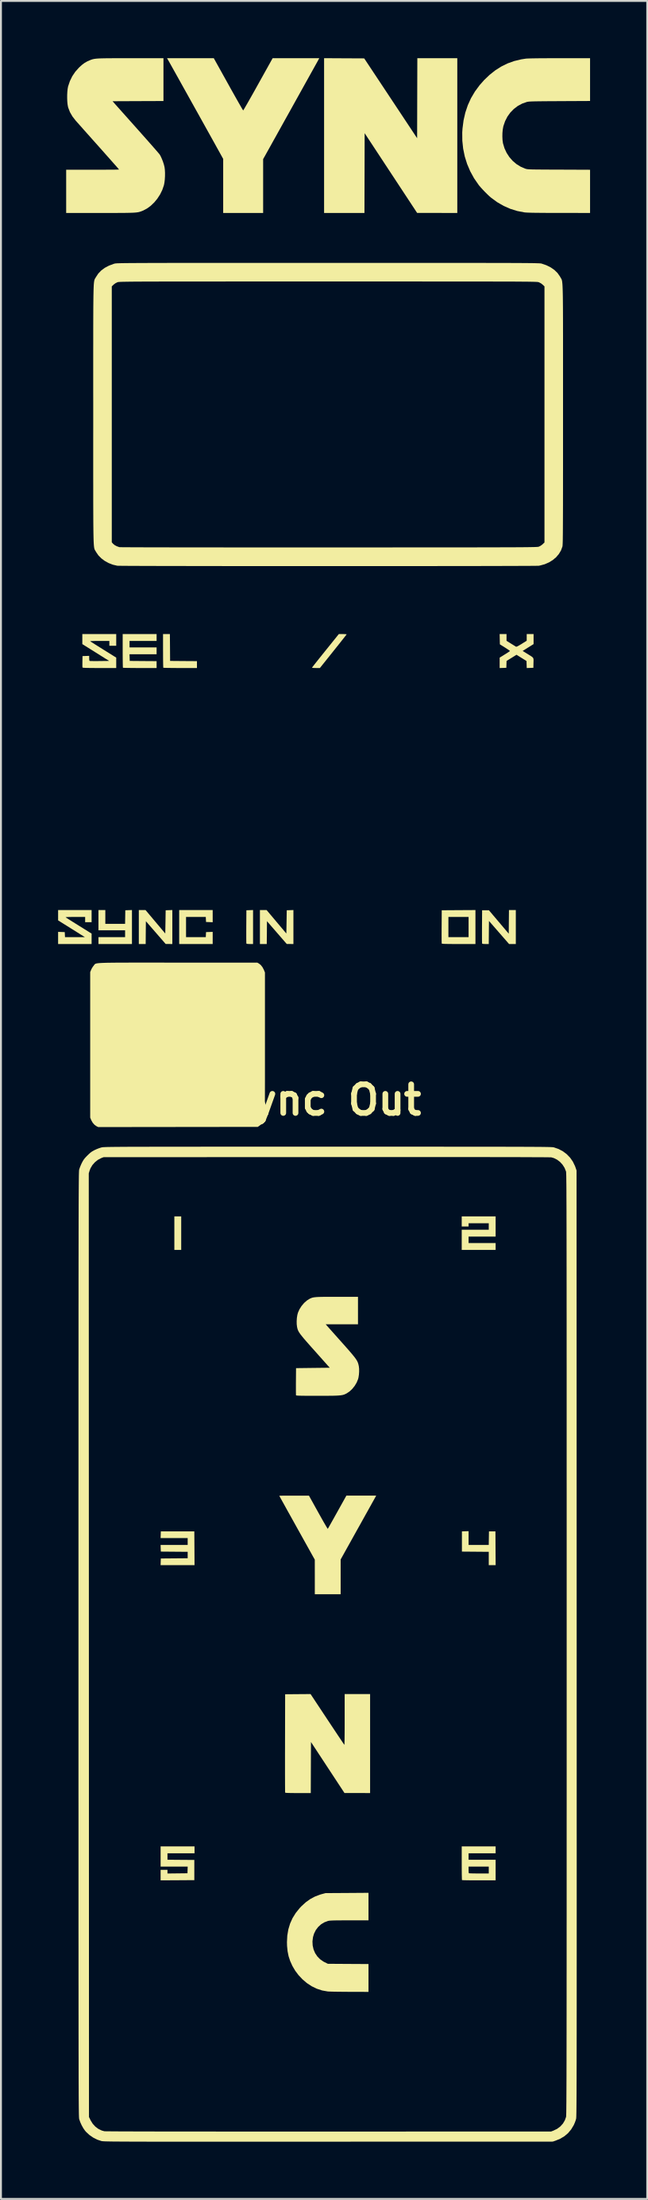
<source format=kicad_pcb>
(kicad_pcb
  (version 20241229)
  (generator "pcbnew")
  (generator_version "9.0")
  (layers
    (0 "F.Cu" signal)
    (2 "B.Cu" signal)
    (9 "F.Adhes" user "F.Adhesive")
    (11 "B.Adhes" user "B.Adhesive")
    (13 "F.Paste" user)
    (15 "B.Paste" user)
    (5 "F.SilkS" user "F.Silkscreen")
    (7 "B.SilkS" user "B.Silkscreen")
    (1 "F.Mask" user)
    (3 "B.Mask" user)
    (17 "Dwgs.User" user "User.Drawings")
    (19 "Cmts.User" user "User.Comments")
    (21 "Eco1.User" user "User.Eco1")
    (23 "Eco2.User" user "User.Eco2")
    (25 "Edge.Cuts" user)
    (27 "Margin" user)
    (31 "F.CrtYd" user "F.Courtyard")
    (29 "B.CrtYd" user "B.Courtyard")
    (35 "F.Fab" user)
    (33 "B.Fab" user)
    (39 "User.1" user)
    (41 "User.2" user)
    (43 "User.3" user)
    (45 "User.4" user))
  (footprint "Sync Out"
    (layer "F.Cu")
    (at 13.96 54.614)
    (property "Reference" "Sync Out" (at 0 0 0) (layer "F.SilkS") (effects (font (size 1.5 1.5) (thickness 0.3))))
    (attr board_only exclude_from_pos_files exclude_from_bom)
    (fp_poly (pts (xy -7.499 6.98) (xy -7.499 7.859) (xy -7.679 7.859) (xy -7.859 7.859) (xy -7.859 6.98) (xy -7.859 6.101) (xy -7.679 6.101) (xy -7.499 6.101)) (stroke (width 0) (type solid)) (fill yes) (layer "F.SilkS"))
    (fp_poly (pts (xy -3.728 -9.068) (xy -3.728 -8.177) (xy -3.899 -8.177) (xy -3.998 -8.18) (xy -4.057 -8.189) (xy -4.079 -8.204) (xy -4.081 -8.23) (xy -4.083 -8.294) (xy -4.084 -8.391) (xy -4.085 -8.517) (xy -4.085 -8.666) (xy -4.085 -8.835) (xy -4.084 -9.018) (xy -4.084 -9.088) (xy -4.078 -9.946) (xy -3.903 -9.952) (xy -3.728 -9.958)) (stroke (width 0) (type solid)) (fill yes) (layer "F.SilkS"))
    (fp_poly (pts (xy -7.965 -9.068) (xy -7.965 -8.177) (xy -8.14 -8.178) (xy -8.315 -8.179) (xy -8.834 -8.776) (xy -9.353 -9.373) (xy -9.359 -8.775) (xy -9.364 -8.177) (xy -9.544 -8.177) (xy -9.724 -8.177) (xy -9.724 -9.067) (xy -9.724 -9.957) (xy -9.547 -9.957) (xy -9.371 -9.957) (xy -8.854 -9.343) (xy -8.336 -8.729) (xy -8.325 -9.337) (xy -8.315 -9.946) (xy -8.14 -9.952) (xy -7.965 -9.958)) (stroke (width 0) (type solid)) (fill yes) (layer "F.SilkS"))
    (fp_poly (pts (xy -1.61 -9.068) (xy -1.61 -8.177) (xy -1.785 -8.178) (xy -1.96 -8.179) (xy -2.479 -8.776) (xy -2.998 -9.374) (xy -3.003 -8.775) (xy -3.009 -8.177) (xy -3.189 -8.177) (xy -3.368 -8.177) (xy -3.368 -9.067) (xy -3.368 -9.957) (xy -3.192 -9.957) (xy -3.017 -9.957) (xy -2.499 -9.342) (xy -1.981 -8.728) (xy -1.97 -9.337) (xy -1.96 -9.946) (xy -1.785 -9.952) (xy -1.61 -9.958)) (stroke (width 0) (type solid)) (fill yes) (layer "F.SilkS"))
    (fp_poly (pts (xy 1.053 -54.608) (xy 2.106 -54.603) (xy 3.495 -52.511) (xy 4.883 -50.419) (xy 4.888 -52.516) (xy 4.894 -54.613) (xy 5.942 -54.613) (xy 6.991 -54.613) (xy 6.991 -50.556) (xy 6.991 -46.5) (xy 5.937 -46.501) (xy 4.883 -46.502) (xy 3.506 -48.592) (xy 2.129 -50.682) (xy 2.124 -48.591) (xy 2.118 -46.5) (xy 1.059 -46.5) (xy 0 -46.5) (xy 0 -50.557) (xy 0 -54.614)) (stroke (width 0) (type solid)) (fill yes) (layer "F.SilkS"))
    (fp_poly (pts (xy 7.584 22.963) (xy 7.584 23.324) (xy 8.113 23.324) (xy 8.642 23.324) (xy 8.648 22.969) (xy 8.654 22.614) (xy 8.823 22.614) (xy 8.993 22.614) (xy 8.998 23.499) (xy 9.004 24.383) (xy 8.824 24.383) (xy 8.643 24.383) (xy 8.643 24.034) (xy 8.643 23.685) (xy 7.939 23.679) (xy 7.234 23.673) (xy 7.234 23.144) (xy 7.234 22.614) (xy 7.409 22.608) (xy 7.584 22.602)) (stroke (width 0) (type solid)) (fill yes) (layer "F.SilkS"))
    (fp_poly (pts (xy -10.084 -9.068) (xy -10.084 -8.177) (xy -10.963 -8.177) (xy -11.842 -8.177) (xy -11.842 -8.357) (xy -11.842 -8.537) (xy -11.143 -8.537) (xy -10.444 -8.537) (xy -10.444 -8.717) (xy -10.444 -8.897) (xy -11.143 -8.897) (xy -11.842 -8.897) (xy -11.842 -9.427) (xy -11.842 -9.957) (xy -11.662 -9.957) (xy -11.482 -9.957) (xy -11.482 -9.596) (xy -11.482 -9.236) (xy -10.963 -9.236) (xy -10.445 -9.236) (xy -10.439 -9.591) (xy -10.433 -9.946) (xy -10.259 -9.952) (xy -10.084 -9.958)) (stroke (width 0) (type solid)) (fill yes) (layer "F.SilkS"))
    (fp_poly (pts (xy -6.805 23.499) (xy -6.8 24.383) (xy -7.691 24.383) (xy -8.581 24.383) (xy -8.575 24.208) (xy -8.569 24.034) (xy -7.865 24.028) (xy -7.16 24.022) (xy -7.16 23.854) (xy -7.16 23.685) (xy -7.865 23.679) (xy -8.569 23.673) (xy -8.575 23.499) (xy -8.581 23.324) (xy -7.871 23.324) (xy -7.16 23.324) (xy -7.16 23.144) (xy -7.16 22.964) (xy -7.871 22.964) (xy -8.581 22.964) (xy -8.575 22.789) (xy -8.569 22.614) (xy -7.69 22.614) (xy -6.811 22.614)) (stroke (width 0) (type solid)) (fill yes) (layer "F.SilkS"))
    (fp_poly (pts (xy -5.847 -9.638) (xy -5.847 -9.319) (xy -6.022 -9.326) (xy -6.196 -9.332) (xy -6.203 -9.464) (xy -6.209 -9.596) (xy -6.727 -9.596) (xy -7.245 -9.596) (xy -7.245 -9.067) (xy -7.245 -8.537) (xy -6.727 -8.537) (xy -6.209 -8.537) (xy -6.203 -8.67) (xy -6.196 -8.802) (xy -6.022 -8.808) (xy -5.847 -8.814) (xy -5.847 -8.496) (xy -5.847 -8.177) (xy -6.726 -8.177) (xy -7.605 -8.177) (xy -7.605 -9.067) (xy -7.605 -9.957) (xy -6.726 -9.957) (xy -5.847 -9.957)) (stroke (width 0) (type solid)) (fill yes) (layer "F.SilkS"))
    (fp_poly (pts (xy -8.087 -23.721) (xy -8.082 -23.017) (xy -7.377 -23.011) (xy -6.673 -23.006) (xy -6.673 -22.826) (xy -6.673 -22.646) (xy -7.549 -22.646) (xy -7.737 -22.646) (xy -7.913 -22.647) (xy -8.07 -22.649) (xy -8.206 -22.651) (xy -8.314 -22.653) (xy -8.391 -22.656) (xy -8.433 -22.659) (xy -8.438 -22.66) (xy -8.441 -22.684) (xy -8.444 -22.745) (xy -8.447 -22.84) (xy -8.449 -22.964) (xy -8.451 -23.112) (xy -8.452 -23.279) (xy -8.452 -23.462) (xy -8.453 -23.55) (xy -8.453 -24.426) (xy -8.273 -24.426) (xy -8.093 -24.426)) (stroke (width 0) (type solid)) (fill yes) (layer "F.SilkS"))
    (fp_poly (pts (xy -6.8 39.308) (xy -6.8 39.488) (xy -7.51 39.488) (xy -8.22 39.488) (xy -8.22 39.657) (xy -8.22 39.826) (xy -7.515 39.832) (xy -6.811 39.837) (xy -6.811 40.367) (xy -6.811 40.896) (xy -7.695 40.902) (xy -8.58 40.907) (xy -8.58 40.632) (xy -8.58 40.356) (xy -8.4 40.356) (xy -8.22 40.356) (xy -8.22 40.452) (xy -8.22 40.548) (xy -7.695 40.542) (xy -7.171 40.536) (xy -7.165 40.361) (xy -7.159 40.187) (xy -7.869 40.187) (xy -8.58 40.187) (xy -8.58 39.657) (xy -8.58 39.127) (xy -7.69 39.127) (xy -6.8 39.127)) (stroke (width 0) (type solid)) (fill yes) (layer "F.SilkS"))
    (fp_poly (pts (xy 9.003 6.631) (xy 9.003 7.16) (xy 8.294 7.16) (xy 7.584 7.16) (xy 7.584 7.33) (xy 7.584 7.499) (xy 8.294 7.499) (xy 9.003 7.499) (xy 9.003 7.679) (xy 9.003 7.859) (xy 8.114 7.859) (xy 7.224 7.859) (xy 7.224 7.33) (xy 7.224 6.8) (xy 7.934 6.8) (xy 8.643 6.8) (xy 8.643 6.631) (xy 8.643 6.461) (xy 8.114 6.461) (xy 7.584 6.461) (xy 7.584 6.546) (xy 7.584 6.631) (xy 7.404 6.631) (xy 7.224 6.631) (xy 7.224 6.366) (xy 7.224 6.101) (xy 8.114 6.101) (xy 9.003 6.101)) (stroke (width 0) (type solid)) (fill yes) (layer "F.SilkS"))
    (fp_poly (pts (xy 10.063 -9.067) (xy 10.063 -8.177) (xy 9.886 -8.177) (xy 9.709 -8.177) (xy 9.182 -8.781) (xy 8.654 -9.386) (xy 8.648 -8.781) (xy 8.643 -8.177) (xy 8.473 -8.177) (xy 8.374 -8.18) (xy 8.315 -8.189) (xy 8.293 -8.204) (xy 8.291 -8.23) (xy 8.289 -8.294) (xy 8.288 -8.391) (xy 8.287 -8.517) (xy 8.287 -8.666) (xy 8.287 -8.835) (xy 8.288 -9.018) (xy 8.288 -9.088) (xy 8.294 -9.946) (xy 8.473 -9.946) (xy 8.652 -9.946) (xy 9.172 -9.332) (xy 9.692 -8.719) (xy 9.697 -9.338) (xy 9.703 -9.957) (xy 9.883 -9.957) (xy 10.063 -9.957)) (stroke (width 0) (type solid)) (fill yes) (layer "F.SilkS"))
    (fp_poly (pts (xy 1.069 -24.424) (xy 1.136 -24.419) (xy 1.176 -24.413) (xy 1.183 -24.408) (xy 1.169 -24.388) (xy 1.13 -24.339) (xy 1.07 -24.262) (xy 0.992 -24.163) (xy 0.896 -24.042) (xy 0.787 -23.904) (xy 0.665 -23.752) (xy 0.535 -23.589) (xy 0.478 -23.518) (xy -0.22 -22.646) (xy -0.43 -22.646) (xy -0.537 -22.648) (xy -0.604 -22.654) (xy -0.631 -22.665) (xy -0.631 -22.669) (xy -0.617 -22.69) (xy -0.578 -22.74) (xy -0.518 -22.817) (xy -0.439 -22.917) (xy -0.343 -23.038) (xy -0.233 -23.176) (xy -0.111 -23.328) (xy 0.02 -23.491) (xy 0.075 -23.559) (xy 0.773 -24.425) (xy 0.982 -24.425)) (stroke (width 0) (type solid)) (fill yes) (layer "F.SilkS"))
    (fp_poly (pts (xy 7.944 -9.067) (xy 7.944 -8.177) (xy 7.064 -8.177) (xy 6.838 -8.177) (xy 6.65 -8.178) (xy 6.499 -8.18) (xy 6.381 -8.182) (xy 6.293 -8.185) (xy 6.231 -8.19) (xy 6.193 -8.195) (xy 6.176 -8.201) (xy 6.174 -8.204) (xy 6.172 -8.23) (xy 6.171 -8.294) (xy 6.169 -8.391) (xy 6.169 -8.517) (xy 6.168 -8.666) (xy 6.169 -8.835) (xy 6.169 -9.018) (xy 6.17 -9.067) (xy 6.525 -9.067) (xy 6.525 -8.537) (xy 7.054 -8.537) (xy 7.584 -8.537) (xy 7.584 -9.067) (xy 7.584 -9.596) (xy 7.054 -9.596) (xy 6.525 -9.596) (xy 6.525 -9.067) (xy 6.17 -9.067) (xy 6.17 -9.088) (xy 6.175 -9.946) (xy 7.06 -9.952) (xy 7.944 -9.957)) (stroke (width 0) (type solid)) (fill yes) (layer "F.SilkS"))
    (fp_poly (pts (xy -8.791 -24.245) (xy -8.791 -24.065) (xy -9.501 -24.065) (xy -10.211 -24.065) (xy -10.211 -23.896) (xy -10.211 -23.726) (xy -9.501 -23.726) (xy -8.791 -23.726) (xy -8.791 -23.546) (xy -8.791 -23.366) (xy -9.502 -23.366) (xy -10.213 -23.366) (xy -10.206 -23.192) (xy -10.2 -23.017) (xy -9.496 -23.011) (xy -8.791 -23.006) (xy -8.791 -22.826) (xy -8.791 -22.646) (xy -9.667 -22.646) (xy -9.856 -22.646) (xy -10.031 -22.647) (xy -10.189 -22.649) (xy -10.324 -22.651) (xy -10.432 -22.653) (xy -10.51 -22.656) (xy -10.551 -22.659) (xy -10.557 -22.66) (xy -10.56 -22.684) (xy -10.563 -22.745) (xy -10.565 -22.84) (xy -10.567 -22.964) (xy -10.569 -23.112) (xy -10.57 -23.279) (xy -10.571 -23.462) (xy -10.571 -23.55) (xy -10.571 -24.426) (xy -9.681 -24.426) (xy -8.791 -24.426)) (stroke (width 0) (type solid)) (fill yes) (layer "F.SilkS"))
    (fp_poly (pts (xy -12.202 -9.639) (xy -12.202 -9.321) (xy -12.372 -9.321) (xy -12.541 -9.321) (xy -12.541 -9.459) (xy -12.541 -9.596) (xy -13.064 -9.596) (xy -13.207 -9.596) (xy -13.334 -9.594) (xy -13.438 -9.591) (xy -13.515 -9.587) (xy -13.559 -9.582) (xy -13.567 -9.579) (xy -13.545 -9.564) (xy -13.492 -9.529) (xy -13.41 -9.477) (xy -13.305 -9.411) (xy -13.18 -9.332) (xy -13.039 -9.244) (xy -12.887 -9.149) (xy -12.875 -9.142) (xy -12.202 -8.723) (xy -12.202 -8.45) (xy -12.202 -8.177) (xy -13.081 -8.177) (xy -13.96 -8.177) (xy -13.96 -8.496) (xy -13.96 -8.814) (xy -13.786 -8.808) (xy -13.611 -8.802) (xy -13.605 -8.67) (xy -13.598 -8.537) (xy -13.076 -8.537) (xy -12.554 -8.537) (xy -13.257 -8.977) (xy -13.96 -9.416) (xy -13.96 -9.686) (xy -13.96 -9.957) (xy -13.081 -9.957) (xy -12.202 -9.957)) (stroke (width 0) (type solid)) (fill yes) (layer "F.SilkS"))
    (fp_poly (pts (xy 9.003 39.308) (xy 9.003 39.488) (xy 8.294 39.488) (xy 7.584 39.488) (xy 7.584 39.657) (xy 7.584 39.827) (xy 8.294 39.827) (xy 9.003 39.827) (xy 9.003 40.367) (xy 9.003 40.907) (xy 8.128 40.907) (xy 7.939 40.907) (xy 7.764 40.906) (xy 7.606 40.904) (xy 7.471 40.902) (xy 7.362 40.9) (xy 7.285 40.897) (xy 7.244 40.894) (xy 7.238 40.893) (xy 7.235 40.869) (xy 7.232 40.808) (xy 7.23 40.713) (xy 7.227 40.589) (xy 7.226 40.441) (xy 7.225 40.353) (xy 7.584 40.353) (xy 7.586 40.433) (xy 7.59 40.496) (xy 7.597 40.53) (xy 7.598 40.533) (xy 7.622 40.537) (xy 7.683 40.54) (xy 7.774 40.543) (xy 7.89 40.545) (xy 8.024 40.547) (xy 8.128 40.547) (xy 8.643 40.547) (xy 8.643 40.367) (xy 8.643 40.187) (xy 8.114 40.187) (xy 7.584 40.187) (xy 7.584 40.353) (xy 7.225 40.353) (xy 7.225 40.274) (xy 7.224 40.091) (xy 7.224 40.003) (xy 7.224 39.127) (xy 8.114 39.127) (xy 9.003 39.127)) (stroke (width 0) (type solid)) (fill yes) (layer "F.SilkS"))
    (fp_poly (pts (xy 0.169 32.467) (xy 0.311 32.68) (xy 0.446 32.883) (xy 0.572 33.073) (xy 0.688 33.247) (xy 0.792 33.402) (xy 0.882 33.536) (xy 0.956 33.646) (xy 1.012 33.729) (xy 1.049 33.782) (xy 1.064 33.803) (xy 1.065 33.803) (xy 1.067 33.784) (xy 1.07 33.726) (xy 1.072 33.633) (xy 1.075 33.509) (xy 1.076 33.356) (xy 1.078 33.178) (xy 1.079 32.979) (xy 1.08 32.763) (xy 1.08 32.532) (xy 1.08 32.477) (xy 1.08 31.141) (xy 1.748 31.141) (xy 2.415 31.141) (xy 2.415 33.736) (xy 2.415 36.331) (xy 1.742 36.33) (xy 1.07 36.329) (xy 0.191 34.993) (xy -0.688 33.656) (xy -0.694 34.994) (xy -0.699 36.331) (xy -1.367 36.331) (xy -1.563 36.331) (xy -1.72 36.329) (xy -1.842 36.327) (xy -1.931 36.324) (xy -1.993 36.319) (xy -2.029 36.313) (xy -2.045 36.306) (xy -2.045 36.305) (xy -2.046 36.28) (xy -2.047 36.217) (xy -2.048 36.115) (xy -2.049 35.98) (xy -2.05 35.812) (xy -2.05 35.616) (xy -2.051 35.392) (xy -2.051 35.145) (xy -2.051 34.875) (xy -2.051 34.588) (xy -2.051 34.284) (xy -2.05 33.966) (xy -2.05 33.715) (xy -2.044 31.152) (xy -1.377 31.146) (xy -0.71 31.141)) (stroke (width 0) (type solid)) (fill yes) (layer "F.SilkS"))
    (fp_poly (pts (xy -10.91 -24.118) (xy -10.91 -23.811) (xy -11.09 -23.811) (xy -11.27 -23.811) (xy -11.27 -23.938) (xy -11.27 -24.065) (xy -11.783 -24.065) (xy -11.927 -24.065) (xy -12.053 -24.063) (xy -12.156 -24.06) (xy -12.23 -24.056) (xy -12.27 -24.051) (xy -12.275 -24.047) (xy -12.253 -24.032) (xy -12.199 -23.997) (xy -12.118 -23.946) (xy -12.012 -23.879) (xy -11.887 -23.8) (xy -11.747 -23.713) (xy -11.595 -23.618) (xy -11.583 -23.61) (xy -10.91 -23.191) (xy -10.91 -22.919) (xy -10.91 -22.646) (xy -11.79 -22.646) (xy -12.014 -22.646) (xy -12.199 -22.647) (xy -12.349 -22.649) (xy -12.466 -22.651) (xy -12.554 -22.654) (xy -12.616 -22.658) (xy -12.655 -22.663) (xy -12.676 -22.669) (xy -12.68 -22.674) (xy -12.684 -22.704) (xy -12.686 -22.768) (xy -12.686 -22.857) (xy -12.685 -22.962) (xy -12.685 -22.986) (xy -12.679 -23.271) (xy -12.504 -23.277) (xy -12.329 -23.283) (xy -12.329 -23.155) (xy -12.325 -23.069) (xy -12.311 -23.023) (xy -12.302 -23.016) (xy -12.274 -23.013) (xy -12.21 -23.011) (xy -12.116 -23.01) (xy -11.999 -23.01) (xy -11.864 -23.01) (xy -11.778 -23.011) (xy -11.281 -23.017) (xy -11.985 -23.458) (xy -12.689 -23.899) (xy -12.689 -24.162) (xy -12.689 -24.426) (xy -11.8 -24.426) (xy -10.91 -24.426)) (stroke (width 0) (type solid)) (fill yes) (layer "F.SilkS"))
    (fp_poly (pts (xy 2.709 20.786) (xy 2.695 20.811) (xy 2.662 20.871) (xy 2.612 20.962) (xy 2.545 21.082) (xy 2.464 21.227) (xy 2.37 21.396) (xy 2.264 21.586) (xy 2.148 21.793) (xy 2.024 22.016) (xy 1.894 22.25) (xy 1.776 22.46) (xy 0.869 24.087) (xy 0.869 24.998) (xy 0.869 25.908) (xy 0.191 25.908) (xy -0.487 25.908) (xy -0.487 25.003) (xy -0.488 24.097) (xy -1.42 22.426) (xy -1.556 22.181) (xy -1.687 21.946) (xy -1.81 21.725) (xy -1.925 21.52) (xy -2.028 21.333) (xy -2.12 21.167) (xy -2.199 21.025) (xy -2.263 20.909) (xy -2.311 20.823) (xy -2.341 20.768) (xy -2.351 20.748) (xy -2.351 20.747) (xy -2.331 20.746) (xy -2.273 20.744) (xy -2.182 20.742) (xy -2.062 20.741) (xy -1.919 20.74) (xy -1.757 20.74) (xy -1.581 20.74) (xy -1.573 20.74) (xy -0.794 20.74) (xy -0.307 21.617) (xy -0.209 21.792) (xy -0.117 21.956) (xy -0.033 22.104) (xy 0.041 22.232) (xy 0.102 22.337) (xy 0.15 22.416) (xy 0.181 22.465) (xy 0.194 22.48) (xy 0.194 22.48) (xy 0.206 22.459) (xy 0.238 22.405) (xy 0.285 22.321) (xy 0.347 22.212) (xy 0.421 22.08) (xy 0.506 21.929) (xy 0.598 21.764) (xy 0.688 21.603) (xy 1.17 20.739) (xy 1.952 20.739) (xy 2.734 20.739)) (stroke (width 0) (type solid)) (fill yes) (layer "F.SilkS"))
    (fp_poly (pts (xy 9.575 -24.248) (xy 9.575 -24.07) (xy 9.814 -23.923) (xy 9.905 -23.867) (xy 9.984 -23.818) (xy 10.044 -23.781) (xy 10.076 -23.761) (xy 10.079 -23.76) (xy 10.107 -23.765) (xy 10.165 -23.791) (xy 10.247 -23.837) (xy 10.35 -23.898) (xy 10.37 -23.91) (xy 10.634 -24.076) (xy 10.635 -24.251) (xy 10.635 -24.426) (xy 10.815 -24.426) (xy 10.995 -24.426) (xy 10.995 -24.162) (xy 10.995 -23.899) (xy 10.708 -23.72) (xy 10.422 -23.541) (xy 10.671 -23.387) (xy 10.786 -23.316) (xy 10.87 -23.263) (xy 10.928 -23.221) (xy 10.965 -23.182) (xy 10.985 -23.14) (xy 10.993 -23.088) (xy 10.993 -23.02) (xy 10.99 -22.928) (xy 10.99 -22.912) (xy 10.984 -22.657) (xy 10.81 -22.65) (xy 10.636 -22.644) (xy 10.63 -22.829) (xy 10.624 -23.013) (xy 10.362 -23.176) (xy 10.1 -23.34) (xy 9.839 -23.178) (xy 9.578 -23.017) (xy 9.571 -22.837) (xy 9.565 -22.657) (xy 9.39 -22.65) (xy 9.215 -22.644) (xy 9.215 -22.917) (xy 9.215 -23.19) (xy 9.48 -23.354) (xy 9.574 -23.413) (xy 9.655 -23.465) (xy 9.716 -23.506) (xy 9.75 -23.53) (xy 9.755 -23.535) (xy 9.741 -23.551) (xy 9.697 -23.585) (xy 9.629 -23.632) (xy 9.543 -23.688) (xy 9.495 -23.719) (xy 9.226 -23.887) (xy 9.22 -24.156) (xy 9.214 -24.426) (xy 9.395 -24.426) (xy 9.575 -24.426)) (stroke (width 0) (type solid)) (fill yes) (layer "F.SilkS"))
    (fp_poly (pts (xy 2.33 42.283) (xy 2.33 43.004) (xy 1.328 43.004) (xy 1.087 43.004) (xy 0.884 43.005) (xy 0.716 43.006) (xy 0.578 43.008) (xy 0.468 43.011) (xy 0.381 43.015) (xy 0.313 43.019) (xy 0.26 43.025) (xy 0.22 43.032) (xy 0.202 43.037) (xy 0.011 43.108) (xy -0.162 43.214) (xy -0.312 43.352) (xy -0.436 43.516) (xy -0.529 43.704) (xy -0.582 43.883) (xy -0.61 44.107) (xy -0.599 44.325) (xy -0.552 44.531) (xy -0.47 44.723) (xy -0.355 44.895) (xy -0.209 45.044) (xy -0.034 45.165) (xy 0.017 45.192) (xy 0.198 45.281) (xy 1.264 45.288) (xy 2.33 45.294) (xy 2.33 46.024) (xy 2.33 46.754) (xy 1.34 46.751) (xy 1.133 46.75) (xy 0.933 46.748) (xy 0.746 46.746) (xy 0.577 46.744) (xy 0.431 46.741) (xy 0.313 46.737) (xy 0.228 46.734) (xy 0.188 46.731) (xy -0.105 46.679) (xy -0.388 46.586) (xy -0.659 46.454) (xy -0.914 46.285) (xy -1.141 46.089) (xy -1.346 45.87) (xy -1.516 45.644) (xy -1.659 45.402) (xy -1.667 45.386) (xy -1.78 45.137) (xy -1.863 44.886) (xy -1.916 44.624) (xy -1.944 44.341) (xy -1.949 44.146) (xy -1.931 43.801) (xy -1.876 43.477) (xy -1.784 43.172) (xy -1.655 42.885) (xy -1.486 42.614) (xy -1.279 42.358) (xy -1.187 42.261) (xy -0.963 42.057) (xy -0.733 41.892) (xy -0.49 41.761) (xy -0.229 41.66) (xy -0.13 41.631) (xy 0.074 41.576) (xy 1.202 41.569) (xy 2.33 41.561)) (stroke (width 0) (type solid)) (fill yes) (layer "F.SilkS"))
    (fp_poly (pts (xy -9.06 -7.203) (xy -8.637 -7.203) (xy -8.176 -7.202) (xy -7.687 -7.202) (xy -3.506 -7.202) (xy -3.422 -7.155) (xy -3.325 -7.079) (xy -3.237 -6.968) (xy -3.163 -6.831) (xy -3.153 -6.806) (xy -3.104 -6.684) (xy -3.104 -2.913) (xy -3.104 -2.442) (xy -3.104 -2.012) (xy -3.104 -1.62) (xy -3.104 -1.265) (xy -3.104 -0.945) (xy -3.105 -0.658) (xy -3.105 -0.402) (xy -3.106 -0.175) (xy -3.107 0.024) (xy -3.108 0.198) (xy -3.109 0.349) (xy -3.111 0.478) (xy -3.113 0.587) (xy -3.115 0.677) (xy -3.117 0.752) (xy -3.12 0.813) (xy -3.123 0.861) (xy -3.126 0.899) (xy -3.13 0.929) (xy -3.134 0.952) (xy -3.138 0.969) (xy -3.14 0.975) (xy -3.2 1.118) (xy -3.283 1.243) (xy -3.381 1.339) (xy -3.393 1.348) (xy -3.481 1.409) (xy -7.667 1.414) (xy -11.853 1.419) (xy -11.943 1.375) (xy -12.05 1.3) (xy -12.144 1.193) (xy -12.219 1.062) (xy -12.228 1.04) (xy -12.276 0.922) (xy -12.276 -2.892) (xy -12.276 -6.705) (xy -12.228 -6.824) (xy -12.185 -6.911) (xy -12.128 -6.999) (xy -12.096 -7.039) (xy -12.081 -7.058) (xy -12.068 -7.076) (xy -12.058 -7.092) (xy -12.047 -7.107) (xy -12.033 -7.12) (xy -12.016 -7.132) (xy -11.994 -7.143) (xy -11.964 -7.153) (xy -11.925 -7.162) (xy -11.876 -7.169) (xy -11.813 -7.176) (xy -11.737 -7.181) (xy -11.644 -7.186) (xy -11.533 -7.19) (xy -11.403 -7.194) (xy -11.252 -7.196) (xy -11.077 -7.199) (xy -10.877 -7.2) (xy -10.651 -7.201) (xy -10.397 -7.202) (xy -10.112 -7.203) (xy -9.796 -7.203) (xy -9.445 -7.203)) (stroke (width 0) (type solid)) (fill yes) (layer "F.SilkS"))
    (fp_poly (pts (xy -5.027 -53.245) (xy -4.904 -53.023) (xy -4.786 -52.813) (xy -4.675 -52.616) (xy -4.574 -52.437) (xy -4.483 -52.277) (xy -4.404 -52.14) (xy -4.34 -52.028) (xy -4.291 -51.945) (xy -4.259 -51.893) (xy -4.246 -51.876) (xy -4.233 -51.894) (xy -4.201 -51.946) (xy -4.152 -52.029) (xy -4.087 -52.141) (xy -4.008 -52.278) (xy -3.917 -52.438) (xy -3.815 -52.618) (xy -3.704 -52.814) (xy -3.586 -53.025) (xy -3.464 -53.244) (xy -2.701 -54.612) (xy -1.477 -54.613) (xy -0.253 -54.613) (xy -0.278 -54.566) (xy -0.29 -54.543) (xy -0.322 -54.485) (xy -0.371 -54.396) (xy -0.437 -54.278) (xy -0.518 -54.133) (xy -0.612 -53.964) (xy -0.718 -53.774) (xy -0.834 -53.565) (xy -0.96 -53.34) (xy -1.093 -53.101) (xy -1.232 -52.851) (xy -1.376 -52.592) (xy -1.523 -52.328) (xy -1.672 -52.06) (xy -1.821 -51.792) (xy -1.97 -51.526) (xy -2.116 -51.264) (xy -2.257 -51.01) (xy -2.394 -50.765) (xy -2.523 -50.532) (xy -2.645 -50.315) (xy -2.756 -50.115) (xy -2.856 -49.935) (xy -2.944 -49.778) (xy -3.018 -49.646) (xy -3.075 -49.542) (xy -3.116 -49.469) (xy -3.138 -49.431) (xy -3.199 -49.323) (xy -3.199 -47.911) (xy -3.199 -46.5) (xy -4.247 -46.5) (xy -5.296 -46.5) (xy -5.296 -47.917) (xy -5.296 -49.334) (xy -5.547 -49.787) (xy -5.629 -49.933) (xy -5.723 -50.104) (xy -5.83 -50.296) (xy -5.947 -50.506) (xy -6.073 -50.732) (xy -6.207 -50.972) (xy -6.346 -51.222) (xy -6.49 -51.48) (xy -6.637 -51.744) (xy -6.786 -52.01) (xy -6.935 -52.277) (xy -7.082 -52.541) (xy -7.226 -52.799) (xy -7.366 -53.05) (xy -7.5 -53.29) (xy -7.627 -53.518) (xy -7.745 -53.729) (xy -7.853 -53.922) (xy -7.949 -54.094) (xy -8.032 -54.242) (xy -8.1 -54.364) (xy -8.152 -54.456) (xy -8.187 -54.517) (xy -8.202 -54.544) (xy -8.202 -54.544) (xy -8.244 -54.613) (xy -7.017 -54.613) (xy -5.789 -54.613)) (stroke (width 0) (type solid)) (fill yes) (layer "F.SilkS"))
    (fp_poly (pts (xy 1.779 11.037) (xy 1.779 11.757) (xy 0.931 11.757) (xy 0.083 11.757) (xy 0.871 12.641) (xy 1.053 12.844) (xy 1.208 13.02) (xy 1.339 13.169) (xy 1.448 13.297) (xy 1.538 13.405) (xy 1.611 13.497) (xy 1.668 13.576) (xy 1.713 13.645) (xy 1.747 13.707) (xy 1.772 13.765) (xy 1.792 13.823) (xy 1.807 13.882) (xy 1.821 13.947) (xy 1.823 13.955) (xy 1.838 14.086) (xy 1.839 14.239) (xy 1.828 14.397) (xy 1.806 14.545) (xy 1.782 14.638) (xy 1.708 14.816) (xy 1.604 14.989) (xy 1.477 15.146) (xy 1.335 15.279) (xy 1.187 15.378) (xy 1.136 15.404) (xy 1.087 15.427) (xy 1.036 15.446) (xy 0.98 15.462) (xy 0.914 15.474) (xy 0.836 15.484) (xy 0.742 15.492) (xy 0.627 15.498) (xy 0.488 15.502) (xy 0.321 15.504) (xy 0.122 15.506) (xy -0.112 15.506) (xy -0.345 15.507) (xy -0.602 15.506) (xy -0.819 15.506) (xy -1 15.505) (xy -1.146 15.503) (xy -1.262 15.501) (xy -1.349 15.498) (xy -1.411 15.494) (xy -1.45 15.489) (xy -1.47 15.483) (xy -1.473 15.48) (xy -1.476 15.453) (xy -1.477 15.389) (xy -1.479 15.293) (xy -1.479 15.17) (xy -1.479 15.026) (xy -1.479 14.865) (xy -1.478 14.755) (xy -1.472 14.056) (xy -0.588 14.045) (xy 0.296 14.035) (xy -0.488 13.155) (xy -0.668 12.954) (xy -0.822 12.78) (xy -0.952 12.632) (xy -1.06 12.507) (xy -1.148 12.4) (xy -1.22 12.311) (xy -1.276 12.234) (xy -1.319 12.168) (xy -1.352 12.109) (xy -1.376 12.055) (xy -1.394 12.002) (xy -1.408 11.947) (xy -1.42 11.89) (xy -1.437 11.749) (xy -1.439 11.588) (xy -1.428 11.422) (xy -1.404 11.268) (xy -1.372 11.15) (xy -1.292 10.969) (xy -1.182 10.797) (xy -1.051 10.642) (xy -0.907 10.514) (xy -0.791 10.439) (xy -0.743 10.413) (xy -0.697 10.392) (xy -0.65 10.373) (xy -0.599 10.358) (xy -0.539 10.346) (xy -0.466 10.337) (xy -0.378 10.329) (xy -0.269 10.324) (xy -0.137 10.321) (xy 0.023 10.318) (xy 0.215 10.317) (xy 0.441 10.317) (xy 0.672 10.317) (xy 1.779 10.317)) (stroke (width 0) (type solid)) (fill yes) (layer "F.SilkS"))
    (fp_poly (pts (xy 13.96 -53.492) (xy 13.96 -52.37) (xy 12.366 -52.362) (xy 12.064 -52.36) (xy 11.8 -52.359) (xy 11.573 -52.357) (xy 11.38 -52.355) (xy 11.216 -52.353) (xy 11.08 -52.351) (xy 10.969 -52.348) (xy 10.878 -52.345) (xy 10.806 -52.341) (xy 10.749 -52.337) (xy 10.705 -52.331) (xy 10.67 -52.326) (xy 10.641 -52.319) (xy 10.64 -52.319) (xy 10.392 -52.231) (xy 10.164 -52.108) (xy 9.958 -51.951) (xy 9.776 -51.765) (xy 9.623 -51.552) (xy 9.501 -51.314) (xy 9.412 -51.056) (xy 9.403 -51.018) (xy 9.376 -50.866) (xy 9.36 -50.69) (xy 9.357 -50.505) (xy 9.365 -50.327) (xy 9.386 -50.173) (xy 9.39 -50.151) (xy 9.468 -49.891) (xy 9.581 -49.649) (xy 9.726 -49.427) (xy 9.9 -49.229) (xy 10.1 -49.06) (xy 10.322 -48.923) (xy 10.55 -48.825) (xy 10.576 -48.817) (xy 10.602 -48.809) (xy 10.63 -48.803) (xy 10.665 -48.797) (xy 10.708 -48.792) (xy 10.763 -48.788) (xy 10.833 -48.785) (xy 10.92 -48.782) (xy 11.029 -48.78) (xy 11.162 -48.778) (xy 11.321 -48.777) (xy 11.511 -48.775) (xy 11.733 -48.774) (xy 11.992 -48.773) (xy 12.289 -48.772) (xy 12.324 -48.772) (xy 13.96 -48.765) (xy 13.96 -47.632) (xy 13.96 -46.5) (xy 12.335 -46.502) (xy 12.001 -46.502) (xy 11.708 -46.503) (xy 11.452 -46.505) (xy 11.232 -46.507) (xy 11.045 -46.509) (xy 10.888 -46.512) (xy 10.759 -46.516) (xy 10.656 -46.52) (xy 10.577 -46.525) (xy 10.519 -46.53) (xy 10.507 -46.532) (xy 10.134 -46.604) (xy 9.773 -46.717) (xy 9.425 -46.87) (xy 9.091 -47.062) (xy 8.774 -47.293) (xy 8.77 -47.296) (xy 8.679 -47.374) (xy 8.572 -47.475) (xy 8.456 -47.59) (xy 8.34 -47.71) (xy 8.234 -47.826) (xy 8.146 -47.927) (xy 8.111 -47.972) (xy 7.871 -48.319) (xy 7.67 -48.685) (xy 7.507 -49.067) (xy 7.383 -49.463) (xy 7.299 -49.871) (xy 7.255 -50.289) (xy 7.251 -50.717) (xy 7.265 -50.927) (xy 7.32 -51.355) (xy 7.413 -51.762) (xy 7.543 -52.149) (xy 7.71 -52.516) (xy 7.916 -52.865) (xy 8.159 -53.195) (xy 8.399 -53.466) (xy 8.691 -53.745) (xy 8.992 -53.982) (xy 9.306 -54.18) (xy 9.634 -54.341) (xy 9.978 -54.464) (xy 10.342 -54.552) (xy 10.592 -54.591) (xy 10.65 -54.595) (xy 10.748 -54.599) (xy 10.885 -54.603) (xy 11.058 -54.606) (xy 11.265 -54.609) (xy 11.503 -54.611) (xy 11.772 -54.612) (xy 12.068 -54.613) (xy 12.366 -54.613) (xy 13.96 -54.613)) (stroke (width 0) (type solid)) (fill yes) (layer "F.SilkS"))
    (fp_poly (pts (xy -8.431 -53.491) (xy -8.431 -52.368) (xy -9.767 -52.363) (xy -11.102 -52.357) (xy -9.892 -51.001) (xy -9.708 -50.795) (xy -9.531 -50.596) (xy -9.364 -50.408) (xy -9.208 -50.232) (xy -9.066 -50.071) (xy -8.94 -49.927) (xy -8.832 -49.804) (xy -8.745 -49.703) (xy -8.679 -49.626) (xy -8.639 -49.577) (xy -8.626 -49.561) (xy -8.571 -49.462) (xy -8.514 -49.336) (xy -8.459 -49.196) (xy -8.413 -49.055) (xy -8.38 -48.928) (xy -8.377 -48.917) (xy -8.358 -48.776) (xy -8.349 -48.609) (xy -8.35 -48.428) (xy -8.361 -48.248) (xy -8.381 -48.083) (xy -8.407 -47.954) (xy -8.491 -47.709) (xy -8.606 -47.474) (xy -8.749 -47.254) (xy -8.914 -47.053) (xy -9.097 -46.878) (xy -9.295 -46.733) (xy -9.501 -46.624) (xy -9.552 -46.604) (xy -9.6 -46.586) (xy -9.644 -46.57) (xy -9.689 -46.557) (xy -9.736 -46.545) (xy -9.789 -46.535) (xy -9.851 -46.527) (xy -9.925 -46.52) (xy -10.013 -46.514) (xy -10.118 -46.51) (xy -10.245 -46.507) (xy -10.394 -46.504) (xy -10.57 -46.502) (xy -10.776 -46.501) (xy -11.014 -46.5) (xy -11.287 -46.5) (xy -11.598 -46.5) (xy -11.741 -46.5) (xy -13.537 -46.5) (xy -13.537 -47.633) (xy -13.537 -48.766) (xy -12.149 -48.766) (xy -11.911 -48.766) (xy -11.686 -48.767) (xy -11.477 -48.768) (xy -11.288 -48.769) (xy -11.123 -48.77) (xy -10.984 -48.771) (xy -10.876 -48.773) (xy -10.802 -48.775) (xy -10.765 -48.777) (xy -10.762 -48.777) (xy -10.775 -48.794) (xy -10.815 -48.841) (xy -10.879 -48.914) (xy -10.964 -49.011) (xy -11.069 -49.129) (xy -11.191 -49.267) (xy -11.328 -49.422) (xy -11.478 -49.59) (xy -11.638 -49.771) (xy -11.805 -49.958) (xy -11.98 -50.154) (xy -12.151 -50.345) (xy -12.314 -50.529) (xy -12.469 -50.702) (xy -12.611 -50.861) (xy -12.737 -51.004) (xy -12.846 -51.126) (xy -12.935 -51.225) (xy -13 -51.299) (xy -13.034 -51.336) (xy -13.206 -51.557) (xy -13.337 -51.782) (xy -13.426 -52.012) (xy -13.445 -52.086) (xy -13.466 -52.207) (xy -13.479 -52.357) (xy -13.485 -52.523) (xy -13.484 -52.694) (xy -13.475 -52.859) (xy -13.46 -53.006) (xy -13.438 -53.124) (xy -13.436 -53.134) (xy -13.341 -53.415) (xy -13.217 -53.668) (xy -13.061 -53.9) (xy -12.868 -54.117) (xy -12.859 -54.126) (xy -12.715 -54.258) (xy -12.578 -54.361) (xy -12.434 -54.444) (xy -12.307 -54.5) (xy -12.259 -54.52) (xy -12.213 -54.537) (xy -12.168 -54.552) (xy -12.121 -54.564) (xy -12.067 -54.575) (xy -12.005 -54.584) (xy -11.931 -54.592) (xy -11.842 -54.598) (xy -11.736 -54.603) (xy -11.609 -54.606) (xy -11.458 -54.609) (xy -11.281 -54.611) (xy -11.073 -54.612) (xy -10.834 -54.612) (xy -10.558 -54.613) (xy -10.244 -54.613) (xy -10.163 -54.613) (xy -8.431 -54.613)) (stroke (width 0) (type solid)) (fill yes) (layer "F.SilkS"))
    (fp_poly (pts (xy 1.031 -43.883) (xy 1.809 -43.883) (xy 2.547 -43.883) (xy 3.245 -43.883) (xy 3.906 -43.883) (xy 4.529 -43.883) (xy 5.117 -43.883) (xy 5.67 -43.883) (xy 6.189 -43.883) (xy 6.675 -43.882) (xy 7.13 -43.882) (xy 7.555 -43.882) (xy 7.95 -43.881) (xy 8.316 -43.881) (xy 8.656 -43.88) (xy 8.969 -43.88) (xy 9.257 -43.879) (xy 9.521 -43.879) (xy 9.762 -43.878) (xy 9.982 -43.877) (xy 10.18 -43.876) (xy 10.359 -43.875) (xy 10.519 -43.874) (xy 10.662 -43.873) (xy 10.788 -43.871) (xy 10.899 -43.87) (xy 10.995 -43.869) (xy 11.078 -43.867) (xy 11.149 -43.865) (xy 11.209 -43.863) (xy 11.259 -43.862) (xy 11.301 -43.86) (xy 11.334 -43.857) (xy 11.36 -43.855) (xy 11.381 -43.853) (xy 11.398 -43.85) (xy 11.41 -43.847) (xy 11.416 -43.846) (xy 11.67 -43.759) (xy 11.896 -43.646) (xy 12.091 -43.51) (xy 12.252 -43.353) (xy 12.378 -43.174) (xy 12.398 -43.139) (xy 12.411 -43.115) (xy 12.424 -43.094) (xy 12.435 -43.076) (xy 12.446 -43.058) (xy 12.456 -43.04) (xy 12.466 -43.02) (xy 12.474 -42.996) (xy 12.482 -42.967) (xy 12.49 -42.933) (xy 12.496 -42.89) (xy 12.502 -42.839) (xy 12.508 -42.777) (xy 12.513 -42.704) (xy 12.517 -42.617) (xy 12.521 -42.516) (xy 12.525 -42.399) (xy 12.528 -42.264) (xy 12.531 -42.111) (xy 12.533 -41.938) (xy 12.535 -41.743) (xy 12.537 -41.526) (xy 12.538 -41.284) (xy 12.539 -41.016) (xy 12.54 -40.722) (xy 12.54 -40.399) (xy 12.541 -40.047) (xy 12.541 -39.663) (xy 12.541 -39.247) (xy 12.541 -38.796) (xy 12.541 -38.311) (xy 12.541 -37.788) (xy 12.541 -37.228) (xy 12.541 -36.628) (xy 12.541 -35.987) (xy 12.541 -35.939) (xy 12.541 -35.296) (xy 12.541 -34.695) (xy 12.541 -34.133) (xy 12.541 -33.609) (xy 12.541 -33.122) (xy 12.54 -32.671) (xy 12.54 -32.253) (xy 12.54 -31.869) (xy 12.539 -31.517) (xy 12.539 -31.194) (xy 12.538 -30.901) (xy 12.537 -30.634) (xy 12.536 -30.394) (xy 12.535 -30.179) (xy 12.534 -29.987) (xy 12.533 -29.817) (xy 12.532 -29.668) (xy 12.53 -29.538) (xy 12.529 -29.427) (xy 12.527 -29.331) (xy 12.525 -29.251) (xy 12.523 -29.185) (xy 12.52 -29.132) (xy 12.518 -29.09) (xy 12.515 -29.057) (xy 12.513 -29.033) (xy 12.51 -29.017) (xy 12.509 -29.013) (xy 12.435 -28.81) (xy 12.323 -28.623) (xy 12.179 -28.454) (xy 12.005 -28.307) (xy 11.804 -28.183) (xy 11.581 -28.086) (xy 11.338 -28.02) (xy 11.266 -28.006) (xy 11.236 -28.005) (xy 11.165 -28.004) (xy 11.055 -28.002) (xy 10.907 -28.001) (xy 10.723 -28) (xy 10.504 -27.999) (xy 10.252 -27.998) (xy 9.969 -27.997) (xy 9.655 -27.996) (xy 9.313 -27.995) (xy 8.944 -27.994) (xy 8.549 -27.993) (xy 8.13 -27.992) (xy 7.689 -27.991) (xy 7.227 -27.991) (xy 6.745 -27.99) (xy 6.245 -27.99) (xy 5.73 -27.989) (xy 5.199 -27.989) (xy 4.655 -27.988) (xy 4.099 -27.988) (xy 3.534 -27.988) (xy 2.959 -27.987) (xy 2.377 -27.987) (xy 1.79 -27.987) (xy 1.199 -27.987) (xy 0.605 -27.987) (xy 0.01 -27.987) (xy -0.585 -27.987) (xy -1.177 -27.987) (xy -1.766 -27.987) (xy -2.35 -27.987) (xy -2.927 -27.988) (xy -3.496 -27.988) (xy -4.056 -27.988) (xy -4.604 -27.989) (xy -5.14 -27.989) (xy -5.661 -27.99) (xy -6.166 -27.991) (xy -6.654 -27.991) (xy -7.123 -27.992) (xy -7.572 -27.993) (xy -7.999 -27.993) (xy -8.402 -27.994) (xy -8.781 -27.995) (xy -9.132 -27.996) (xy -9.456 -27.997) (xy -9.751 -27.998) (xy -10.014 -27.999) (xy -10.244 -28) (xy -10.44 -28.002) (xy -10.601 -28.003) (xy -10.725 -28.004) (xy -10.809 -28.006) (xy -10.853 -28.007) (xy -10.859 -28.008) (xy -11.091 -28.063) (xy -11.311 -28.149) (xy -11.514 -28.261) (xy -11.694 -28.396) (xy -11.845 -28.549) (xy -11.962 -28.718) (xy -11.975 -28.741) (xy -11.988 -28.765) (xy -12.001 -28.785) (xy -12.012 -28.803) (xy -12.023 -28.821) (xy -12.033 -28.839) (xy -12.042 -28.859) (xy -12.051 -28.883) (xy -12.059 -28.912) (xy -12.066 -28.946) (xy -12.073 -28.989) (xy -12.079 -29.04) (xy -12.084 -29.102) (xy -12.089 -29.176) (xy -12.094 -29.262) (xy -12.098 -29.364) (xy -12.101 -29.481) (xy -12.104 -29.616) (xy -12.107 -29.769) (xy -12.109 -29.942) (xy -12.111 -30.137) (xy -12.113 -30.355) (xy -12.114 -30.597) (xy -12.115 -30.864) (xy -12.116 -31.159) (xy -12.117 -31.482) (xy -12.117 -31.835) (xy -12.117 -32.219) (xy -12.118 -32.636) (xy -12.118 -33.086) (xy -12.118 -33.572) (xy -12.118 -34.095) (xy -12.118 -34.655) (xy -12.117 -35.256) (xy -12.117 -35.897) (xy -12.117 -35.939) (xy -12.117 -36.583) (xy -12.118 -37.186) (xy -12.118 -37.749) (xy -12.118 -38.274) (xy -12.118 -38.762) (xy -12.118 -39.215) (xy -12.117 -39.634) (xy -12.117 -40.02) (xy -12.117 -40.375) (xy -12.116 -40.7) (xy -12.115 -40.996) (xy -12.114 -41.265) (xy -12.113 -41.509) (xy -12.111 -41.728) (xy -12.109 -41.925) (xy -12.107 -42.099) (xy -12.104 -42.254) (xy -12.101 -42.39) (xy -12.098 -42.508) (xy -12.094 -42.61) (xy -12.092 -42.651) (xy -11.143 -42.651) (xy -11.143 -35.944) (xy -11.143 -29.236) (xy -11.079 -29.163) (xy -10.995 -29.091) (xy -10.883 -29.03) (xy -10.76 -28.987) (xy -10.732 -28.981) (xy -10.705 -28.98) (xy -10.638 -28.979) (xy -10.531 -28.978) (xy -10.385 -28.977) (xy -10.201 -28.976) (xy -9.982 -28.975) (xy -9.728 -28.974) (xy -9.44 -28.973) (xy -9.12 -28.972) (xy -8.77 -28.972) (xy -8.389 -28.971) (xy -7.98 -28.97) (xy -7.544 -28.97) (xy -7.081 -28.969) (xy -6.594 -28.968) (xy -6.084 -28.968) (xy -5.551 -28.968) (xy -4.998 -28.967) (xy -4.425 -28.967) (xy -3.834 -28.967) (xy -3.225 -28.966) (xy -2.601 -28.966) (xy -1.962 -28.966) (xy -1.309 -28.966) (xy -0.645 -28.966) (xy 0.03 -28.966) (xy 0.265 -28.967) (xy 1.077 -28.967) (xy 1.848 -28.967) (xy 2.578 -28.967) (xy 3.27 -28.967) (xy 3.923 -28.968) (xy 4.54 -28.968) (xy 5.12 -28.968) (xy 5.666 -28.968) (xy 6.179 -28.969) (xy 6.658 -28.969) (xy 7.106 -28.97) (xy 7.524 -28.97) (xy 7.913 -28.97) (xy 8.273 -28.971) (xy 8.606 -28.972) (xy 8.913 -28.972) (xy 9.195 -28.973) (xy 9.453 -28.974) (xy 9.688 -28.974) (xy 9.902 -28.975) (xy 10.095 -28.976) (xy 10.269 -28.977) (xy 10.424 -28.978) (xy 10.561 -28.98) (xy 10.683 -28.981) (xy 10.789 -28.982) (xy 10.881 -28.984) (xy 10.96 -28.986) (xy 11.028 -28.987) (xy 11.084 -28.989) (xy 11.131 -28.991) (xy 11.169 -28.993) (xy 11.199 -28.995) (xy 11.223 -28.998) (xy 11.241 -29) (xy 11.256 -29.003) (xy 11.267 -29.006) (xy 11.276 -29.009) (xy 11.278 -29.01) (xy 11.354 -29.048) (xy 11.434 -29.104) (xy 11.474 -29.138) (xy 11.567 -29.227) (xy 11.567 -35.939) (xy 11.567 -42.651) (xy 11.473 -42.741) (xy 11.381 -42.812) (xy 11.279 -42.865) (xy 11.267 -42.869) (xy 11.258 -42.872) (xy 11.246 -42.875) (xy 11.232 -42.878) (xy 11.214 -42.88) (xy 11.19 -42.883) (xy 11.16 -42.885) (xy 11.123 -42.887) (xy 11.077 -42.889) (xy 11.021 -42.891) (xy 10.955 -42.892) (xy 10.878 -42.894) (xy 10.787 -42.896) (xy 10.682 -42.897) (xy 10.563 -42.898) (xy 10.427 -42.899) (xy 10.274 -42.901) (xy 10.103 -42.902) (xy 9.913 -42.903) (xy 9.702 -42.903) (xy 9.469 -42.904) (xy 9.214 -42.905) (xy 8.936 -42.905) (xy 8.632 -42.906) (xy 8.303 -42.907) (xy 7.946 -42.907) (xy 7.562 -42.907) (xy 7.149 -42.908) (xy 6.705 -42.908) (xy 6.23 -42.908) (xy 5.722 -42.908) (xy 5.182 -42.908) (xy 4.606 -42.909) (xy 3.995 -42.909) (xy 3.347 -42.909) (xy 2.662 -42.909) (xy 1.937 -42.909) (xy 1.173 -42.909) (xy 0.367 -42.909) (xy 0.212 -42.909) (xy -0.602 -42.909) (xy -1.374 -42.909) (xy -2.106 -42.909) (xy -2.798 -42.909) (xy -3.453 -42.909) (xy -4.071 -42.909) (xy -4.653 -42.909) (xy -5.2 -42.908) (xy -5.714 -42.908) (xy -6.195 -42.908) (xy -6.644 -42.908) (xy -7.063 -42.907) (xy -7.453 -42.907) (xy -7.815 -42.907) (xy -8.149 -42.906) (xy -8.457 -42.906) (xy -8.74 -42.905) (xy -9 -42.904) (xy -9.236 -42.904) (xy -9.451 -42.903) (xy -9.645 -42.902) (xy -9.82 -42.901) (xy -9.976 -42.9) (xy -10.115 -42.899) (xy -10.237 -42.897) (xy -10.345 -42.896) (xy -10.438 -42.894) (xy -10.518 -42.893) (xy -10.586 -42.891) (xy -10.644 -42.889) (xy -10.691 -42.887) (xy -10.73 -42.885) (xy -10.761 -42.883) (xy -10.786 -42.881) (xy -10.805 -42.878) (xy -10.82 -42.876) (xy -10.832 -42.873) (xy -10.842 -42.87) (xy -10.843 -42.869) (xy -10.945 -42.82) (xy -11.04 -42.75) (xy -11.05 -42.741) (xy -11.143 -42.651) (xy -12.092 -42.651) (xy -12.09 -42.698) (xy -12.085 -42.772) (xy -12.079 -42.835) (xy -12.073 -42.887) (xy -12.066 -42.93) (xy -12.059 -42.965) (xy -12.051 -42.994) (xy -12.043 -43.018) (xy -12.033 -43.039) (xy -12.023 -43.057) (xy -12.013 -43.075) (xy -12.001 -43.093) (xy -11.989 -43.113) (xy -11.975 -43.137) (xy -11.974 -43.139) (xy -11.855 -43.32) (xy -11.7 -43.482) (xy -11.511 -43.623) (xy -11.291 -43.739) (xy -11.042 -43.832) (xy -10.992 -43.846) (xy -10.981 -43.849) (xy -10.966 -43.851) (xy -10.948 -43.854) (xy -10.924 -43.856) (xy -10.895 -43.858) (xy -10.858 -43.861) (xy -10.812 -43.863) (xy -10.758 -43.864) (xy -10.692 -43.866) (xy -10.616 -43.868) (xy -10.526 -43.869) (xy -10.423 -43.871) (xy -10.305 -43.872) (xy -10.17 -43.873) (xy -10.019 -43.874) (xy -9.85 -43.875) (xy -9.662 -43.876) (xy -9.453 -43.877) (xy -9.224 -43.878) (xy -8.971 -43.879) (xy -8.696 -43.88) (xy -8.396 -43.88) (xy -8.07 -43.881) (xy -7.717 -43.881) (xy -7.337 -43.882) (xy -6.928 -43.882) (xy -6.488 -43.882) (xy -6.018 -43.882) (xy -5.516 -43.883) (xy -4.981 -43.883) (xy -4.411 -43.883) (xy -3.806 -43.883) (xy -3.164 -43.883) (xy -2.485 -43.883) (xy -1.768 -43.883) (xy -1.011 -43.883) (xy -0.213 -43.883) (xy 0.212 -43.883)) (stroke (width 0) (type solid)) (fill yes) (layer "F.SilkS"))
    (fp_poly (pts (xy 1.045 2.447) (xy 1.848 2.447) (xy 2.61 2.447) (xy 3.333 2.447) (xy 4.018 2.447) (xy 4.665 2.447) (xy 5.277 2.447) (xy 5.853 2.447) (xy 6.396 2.448) (xy 6.906 2.448) (xy 7.383 2.448) (xy 7.83 2.448) (xy 8.247 2.449) (xy 8.636 2.449) (xy 8.996 2.45) (xy 9.33 2.45) (xy 9.639 2.451) (xy 9.923 2.451) (xy 10.183 2.452) (xy 10.421 2.453) (xy 10.637 2.454) (xy 10.833 2.455) (xy 11.01 2.456) (xy 11.169 2.457) (xy 11.31 2.458) (xy 11.435 2.459) (xy 11.545 2.461) (xy 11.641 2.462) (xy 11.724 2.464) (xy 11.794 2.465) (xy 11.854 2.467) (xy 11.904 2.469) (xy 11.946 2.471) (xy 11.979 2.473) (xy 12.006 2.475) (xy 12.027 2.478) (xy 12.043 2.48) (xy 12.056 2.483) (xy 12.059 2.483) (xy 12.306 2.568) (xy 12.533 2.688) (xy 12.736 2.84) (xy 12.912 3.022) (xy 13.057 3.23) (xy 13.169 3.462) (xy 13.193 3.527) (xy 13.251 3.697) (xy 13.257 28.472) (xy 13.257 29.711) (xy 13.257 30.909) (xy 13.257 32.066) (xy 13.258 33.183) (xy 13.258 34.26) (xy 13.258 35.298) (xy 13.258 36.299) (xy 13.258 37.261) (xy 13.258 38.188) (xy 13.259 39.078) (xy 13.259 39.933) (xy 13.259 40.753) (xy 13.259 41.539) (xy 13.259 42.293) (xy 13.259 43.014) (xy 13.259 43.703) (xy 13.259 44.361) (xy 13.259 44.989) (xy 13.258 45.587) (xy 13.258 46.157) (xy 13.258 46.698) (xy 13.258 47.212) (xy 13.258 47.699) (xy 13.257 48.16) (xy 13.257 48.595) (xy 13.257 49.006) (xy 13.256 49.394) (xy 13.256 49.758) (xy 13.255 50.099) (xy 13.255 50.419) (xy 13.254 50.717) (xy 13.253 50.995) (xy 13.253 51.254) (xy 13.252 51.494) (xy 13.251 51.715) (xy 13.251 51.919) (xy 13.25 52.106) (xy 13.249 52.277) (xy 13.248 52.433) (xy 13.247 52.573) (xy 13.246 52.7) (xy 13.245 52.814) (xy 13.244 52.915) (xy 13.243 53.004) (xy 13.242 53.083) (xy 13.24 53.15) (xy 13.239 53.208) (xy 13.238 53.257) (xy 13.236 53.298) (xy 13.235 53.331) (xy 13.233 53.357) (xy 13.232 53.377) (xy 13.23 53.392) (xy 13.228 53.402) (xy 13.202 53.494) (xy 13.162 53.604) (xy 13.116 53.711) (xy 13.102 53.741) (xy 12.967 53.965) (xy 12.805 54.158) (xy 12.614 54.32) (xy 12.394 54.452) (xy 12.149 54.553) (xy 12.001 54.603) (xy 0.233 54.606) (xy -0.612 54.607) (xy -1.415 54.607) (xy -2.179 54.607) (xy -2.903 54.607) (xy -3.589 54.607) (xy -4.238 54.608) (xy -4.85 54.608) (xy -5.428 54.608) (xy -5.972 54.608) (xy -6.483 54.608) (xy -6.961 54.608) (xy -7.41 54.607) (xy -7.828 54.607) (xy -8.217 54.607) (xy -8.579 54.607) (xy -8.915 54.606) (xy -9.224 54.606) (xy -9.51 54.605) (xy -9.771 54.605) (xy -10.011 54.604) (xy -10.228 54.603) (xy -10.426 54.602) (xy -10.604 54.601) (xy -10.764 54.6) (xy -10.907 54.599) (xy -11.034 54.598) (xy -11.145 54.597) (xy -11.243 54.595) (xy -11.327 54.594) (xy -11.4 54.592) (xy -11.462 54.59) (xy -11.514 54.589) (xy -11.557 54.587) (xy -11.592 54.584) (xy -11.621 54.582) (xy -11.644 54.58) (xy -11.662 54.577) (xy -11.677 54.575) (xy -11.689 54.572) (xy -11.69 54.572) (xy -11.911 54.498) (xy -12.125 54.389) (xy -12.323 54.251) (xy -12.495 54.091) (xy -12.547 54.03) (xy -12.637 53.902) (xy -12.723 53.748) (xy -12.798 53.584) (xy -12.852 53.427) (xy -12.852 53.427) (xy -12.854 53.419) (xy -12.856 53.409) (xy -12.858 53.396) (xy -12.859 53.38) (xy -12.861 53.359) (xy -12.863 53.333) (xy -12.864 53.302) (xy -12.866 53.264) (xy -12.867 53.219) (xy -12.869 53.166) (xy -12.87 53.104) (xy -12.871 53.033) (xy -12.872 52.952) (xy -12.874 52.861) (xy -12.875 52.757) (xy -12.876 52.642) (xy -12.877 52.514) (xy -12.878 52.372) (xy -12.879 52.215) (xy -12.88 52.044) (xy -12.88 51.857) (xy -12.881 51.653) (xy -12.882 51.432) (xy -12.883 51.193) (xy -12.883 50.935) (xy -12.884 50.658) (xy -12.884 50.361) (xy -12.885 50.044) (xy -12.886 49.704) (xy -12.886 49.342) (xy -12.887 48.958) (xy -12.887 48.549) (xy -12.887 48.117) (xy -12.888 47.659) (xy -12.888 47.175) (xy -12.888 46.665) (xy -12.889 46.127) (xy -12.889 45.562) (xy -12.889 44.967) (xy -12.889 44.344) (xy -12.89 43.69) (xy -12.89 43.005) (xy -12.89 42.289) (xy -12.89 41.54) (xy -12.89 40.758) (xy -12.89 39.943) (xy -12.89 39.093) (xy -12.89 38.208) (xy -12.89 37.287) (xy -12.891 36.329) (xy -12.891 35.334) (xy -12.891 34.301) (xy -12.891 33.229) (xy -12.891 32.118) (xy -12.891 30.966) (xy -12.891 29.774) (xy -12.891 28.54) (xy -12.891 28.535) (xy -12.891 27.3) (xy -12.891 26.107) (xy -12.891 24.954) (xy -12.891 23.842) (xy -12.891 22.769) (xy -12.891 21.735) (xy -12.891 20.739) (xy -12.89 19.78) (xy -12.89 18.858) (xy -12.89 17.972) (xy -12.89 17.121) (xy -12.89 16.305) (xy -12.89 15.522) (xy -12.89 14.773) (xy -12.89 14.056) (xy -12.889 13.37) (xy -12.889 12.715) (xy -12.889 12.091) (xy -12.889 11.496) (xy -12.889 10.929) (xy -12.888 10.391) (xy -12.888 9.88) (xy -12.888 9.396) (xy -12.887 8.937) (xy -12.887 8.504) (xy -12.886 8.095) (xy -12.886 7.71) (xy -12.885 7.348) (xy -12.885 7.008) (xy -12.884 6.69) (xy -12.884 6.393) (xy -12.883 6.115) (xy -12.882 5.858) (xy -12.882 5.619) (xy -12.881 5.398) (xy -12.88 5.194) (xy -12.879 5.007) (xy -12.878 4.835) (xy -12.877 4.679) (xy -12.876 4.537) (xy -12.875 4.409) (xy -12.874 4.294) (xy -12.873 4.191) (xy -12.872 4.1) (xy -12.871 4.02) (xy -12.87 3.949) (xy -12.868 3.888) (xy -12.867 3.845) (xy -12.351 3.845) (xy -12.345 28.579) (xy -12.34 53.314) (xy -12.25 53.495) (xy -12.143 53.667) (xy -12.008 53.815) (xy -11.851 53.934) (xy -11.677 54.019) (xy -11.535 54.059) (xy -11.505 54.06) (xy -11.435 54.062) (xy -11.322 54.063) (xy -11.169 54.064) (xy -10.976 54.066) (xy -10.743 54.067) (xy -10.471 54.068) (xy -10.16 54.069) (xy -9.812 54.07) (xy -9.425 54.071) (xy -9.002 54.072) (xy -8.543 54.073) (xy -8.047 54.073) (xy -7.516 54.074) (xy -6.951 54.074) (xy -6.351 54.075) (xy -5.717 54.075) (xy -5.05 54.076) (xy -4.35 54.076) (xy -3.619 54.076) (xy -2.855 54.076) (xy -2.061 54.076) (xy -1.236 54.076) (xy -0.381 54.076) (xy 0.244 54.076) (xy 11.916 54.073) (xy 12.042 54.025) (xy 12.235 53.931) (xy 12.401 53.806) (xy 12.537 53.655) (xy 12.639 53.479) (xy 12.699 53.31) (xy 12.701 53.3) (xy 12.703 53.285) (xy 12.704 53.263) (xy 12.706 53.234) (xy 12.707 53.196) (xy 12.708 53.149) (xy 12.71 53.093) (xy 12.711 53.027) (xy 12.712 52.949) (xy 12.713 52.86) (xy 12.714 52.758) (xy 12.715 52.643) (xy 12.717 52.515) (xy 12.717 52.372) (xy 12.718 52.213) (xy 12.719 52.039) (xy 12.72 51.848) (xy 12.721 51.64) (xy 12.722 51.413) (xy 12.723 51.168) (xy 12.723 50.904) (xy 12.724 50.619) (xy 12.725 50.314) (xy 12.725 49.986) (xy 12.726 49.637) (xy 12.726 49.265) (xy 12.727 48.869) (xy 12.727 48.448) (xy 12.728 48.003) (xy 12.728 47.531) (xy 12.729 47.034) (xy 12.729 46.509) (xy 12.729 45.956) (xy 12.73 45.374) (xy 12.73 44.764) (xy 12.73 44.123) (xy 12.73 43.451) (xy 12.731 42.748) (xy 12.731 42.013) (xy 12.731 41.245) (xy 12.731 40.444) (xy 12.731 39.608) (xy 12.731 38.738) (xy 12.731 37.831) (xy 12.732 36.889) (xy 12.732 35.909) (xy 12.732 34.892) (xy 12.732 33.836) (xy 12.732 32.741) (xy 12.732 31.606) (xy 12.732 30.43) (xy 12.732 29.213) (xy 12.732 28.524) (xy 12.732 27.287) (xy 12.732 26.092) (xy 12.732 24.938) (xy 12.732 23.824) (xy 12.732 22.749) (xy 12.732 21.713) (xy 12.732 20.716) (xy 12.731 19.756) (xy 12.731 18.832) (xy 12.731 17.945) (xy 12.731 17.093) (xy 12.731 16.275) (xy 12.731 15.491) (xy 12.731 14.74) (xy 12.731 14.022) (xy 12.73 13.336) (xy 12.73 12.68) (xy 12.73 12.055) (xy 12.73 11.459) (xy 12.729 10.893) (xy 12.729 10.354) (xy 12.729 9.843) (xy 12.728 9.359) (xy 12.728 8.901) (xy 12.727 8.468) (xy 12.727 8.059) (xy 12.726 7.675) (xy 12.726 7.314) (xy 12.725 6.975) (xy 12.725 6.658) (xy 12.724 6.363) (xy 12.723 6.087) (xy 12.723 5.832) (xy 12.722 5.595) (xy 12.721 5.376) (xy 12.72 5.175) (xy 12.719 4.991) (xy 12.719 4.823) (xy 12.718 4.67) (xy 12.717 4.532) (xy 12.716 4.408) (xy 12.714 4.298) (xy 12.713 4.2) (xy 12.712 4.113) (xy 12.711 4.038) (xy 12.71 3.973) (xy 12.708 3.919) (xy 12.707 3.873) (xy 12.705 3.835) (xy 12.704 3.805) (xy 12.702 3.782) (xy 12.701 3.765) (xy 12.699 3.753) (xy 12.698 3.748) (xy 12.623 3.56) (xy 12.516 3.391) (xy 12.383 3.245) (xy 12.227 3.128) (xy 12.056 3.043) (xy 11.934 3.008) (xy 11.905 3.006) (xy 11.838 3.004) (xy 11.731 3.003) (xy 11.584 3.001) (xy 11.398 3) (xy 11.172 2.999) (xy 10.906 2.998) (xy 10.6 2.996) (xy 10.254 2.995) (xy 9.867 2.995) (xy 9.44 2.994) (xy 8.972 2.993) (xy 8.463 2.992) (xy 7.914 2.992) (xy 7.323 2.991) (xy 6.691 2.991) (xy 6.018 2.991) (xy 5.304 2.991) (xy 4.548 2.991) (xy 3.75 2.991) (xy 2.911 2.991) (xy 2.029 2.991) (xy 1.106 2.992) (xy 0.14 2.992) (xy 0.127 2.992) (xy -11.577 2.998) (xy -11.701 3.047) (xy -11.873 3.138) (xy -12.028 3.262) (xy -12.159 3.41) (xy -12.259 3.577) (xy -12.308 3.703) (xy -12.351 3.845) (xy -12.867 3.845) (xy -12.867 3.836) (xy -12.865 3.792) (xy -12.864 3.755) (xy -12.862 3.724) (xy -12.861 3.7) (xy -12.859 3.68) (xy -12.857 3.665) (xy -12.856 3.653) (xy -12.854 3.645) (xy -12.854 3.644) (xy -12.827 3.563) (xy -12.788 3.461) (xy -12.742 3.355) (xy -12.718 3.305) (xy -12.668 3.209) (xy -12.619 3.13) (xy -12.563 3.056) (xy -12.489 2.975) (xy -12.426 2.911) (xy -12.331 2.819) (xy -12.251 2.75) (xy -12.173 2.695) (xy -12.085 2.645) (xy -12.039 2.622) (xy -11.934 2.574) (xy -11.819 2.529) (xy -11.714 2.495) (xy -11.679 2.486) (xy -11.666 2.483) (xy -11.651 2.48) (xy -11.633 2.478) (xy -11.61 2.475) (xy -11.583 2.473) (xy -11.548 2.471) (xy -11.507 2.469) (xy -11.457 2.467) (xy -11.397 2.465) (xy -11.327 2.463) (xy -11.245 2.462) (xy -11.151 2.46) (xy -11.043 2.459) (xy -10.92 2.458) (xy -10.781 2.457) (xy -10.625 2.455) (xy -10.452 2.454) (xy -10.259 2.453) (xy -10.046 2.453) (xy -9.813 2.452) (xy -9.557 2.451) (xy -9.278 2.451) (xy -8.974 2.45) (xy -8.645 2.449) (xy -8.29 2.449) (xy -7.908 2.449) (xy -7.497 2.448) (xy -7.056 2.448) (xy -6.585 2.448) (xy -6.083 2.447) (xy -5.547 2.447) (xy -4.978 2.447) (xy -4.374 2.447) (xy -3.734 2.447) (xy -3.057 2.447) (xy -2.343 2.447) (xy -1.589 2.447) (xy -0.795 2.447) (xy 0.04 2.447) (xy 0.201 2.447)) (stroke (width 0) (type solid)) (fill yes) (layer "F.SilkS")))
  (gr_rect
    (start -3 -3)
    (end 30.921 112.221)
    (stroke (width 0.1) (type default))
    (fill no)
    (layer "Edge.Cuts")))
</source>
